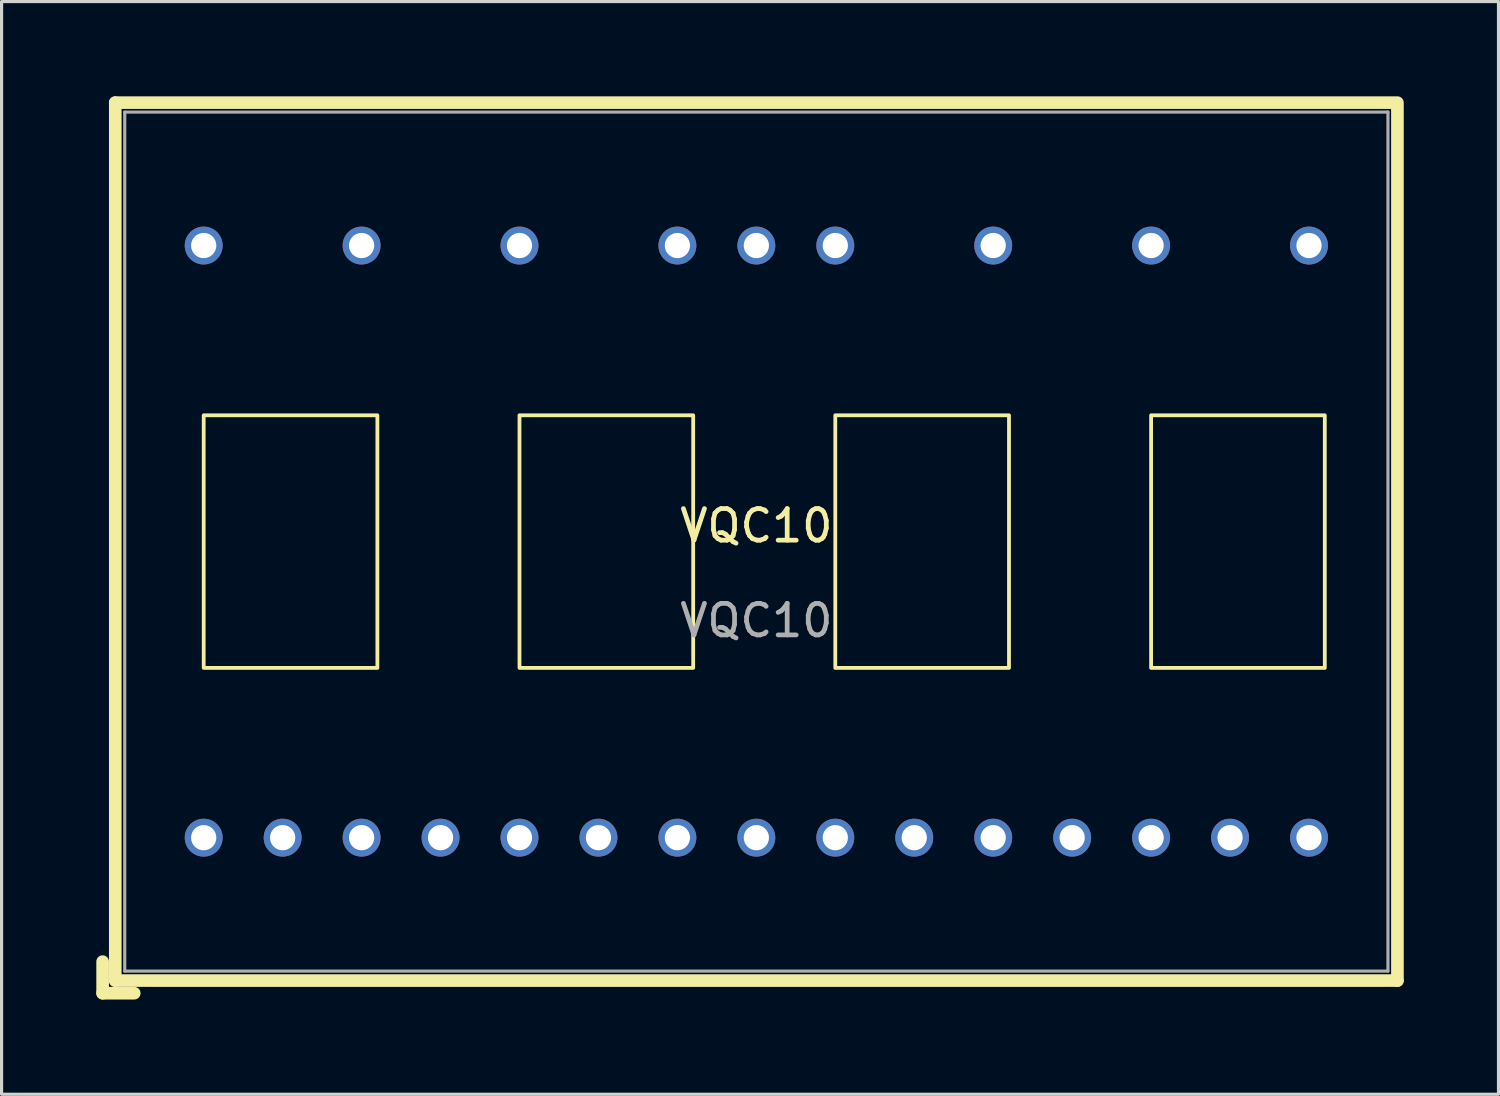
<source format=kicad_pcb>
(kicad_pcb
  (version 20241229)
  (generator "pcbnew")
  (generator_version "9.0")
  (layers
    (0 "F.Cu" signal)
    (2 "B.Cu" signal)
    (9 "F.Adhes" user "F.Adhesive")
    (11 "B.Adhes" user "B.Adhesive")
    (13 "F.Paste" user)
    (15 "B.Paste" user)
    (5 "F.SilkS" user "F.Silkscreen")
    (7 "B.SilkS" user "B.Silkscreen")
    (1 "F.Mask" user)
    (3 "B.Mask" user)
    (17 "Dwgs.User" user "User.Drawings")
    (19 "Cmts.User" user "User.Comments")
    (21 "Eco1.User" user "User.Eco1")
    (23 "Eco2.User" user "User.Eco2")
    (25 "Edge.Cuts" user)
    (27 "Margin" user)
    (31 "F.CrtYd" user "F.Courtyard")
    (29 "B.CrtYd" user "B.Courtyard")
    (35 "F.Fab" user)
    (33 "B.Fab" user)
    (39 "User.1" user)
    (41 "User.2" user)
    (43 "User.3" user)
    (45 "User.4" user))
  (footprint "VQC10"
    (layer "F.Cu")
    (at 20.9 14.1)
    (property "Reference" "VQC10" (at 0 -0.5 0) (unlocked yes) (layer "F.SilkS") (effects (font (size 1 1) (thickness 0.15))))
    (attr smd)
    (fp_line (start -20.7 14.3) (end -20.7 13.3) (stroke (width 0.4) (type solid)) (layer "F.SilkS"))
    (fp_line (start -20.3 -13.9) (end 20.3 -13.9) (stroke (width 0.4) (type solid)) (layer "F.SilkS"))
    (fp_line (start -20.3 13.9) (end -20.3 -13.9) (stroke (width 0.4) (type solid)) (layer "F.SilkS"))
    (fp_line (start -19.7 14.3) (end -20.7 14.3) (stroke (width 0.4) (type solid)) (layer "F.SilkS"))
    (fp_line (start 20.3 13.9) (end -20.3 13.9) (stroke (width 0.4) (type solid)) (layer "F.SilkS"))
    (fp_line (start 20.3 13.9) (end 20.3 -13.8) (stroke (width 0.4) (type solid)) (layer "F.SilkS"))
    (fp_rect (start -17.5 -4) (end -12 4) (stroke (width 0.12) (type solid)) (fill no) (layer "F.SilkS"))
    (fp_rect (start -7.5 -4) (end -2 4) (stroke (width 0.12) (type solid)) (fill no) (layer "F.SilkS"))
    (fp_rect (start 2.5 -4) (end 8 4) (stroke (width 0.12) (type solid)) (fill no) (layer "F.SilkS"))
    (fp_rect (start 12.5 -4) (end 18 4) (stroke (width 0.12) (type solid)) (fill no) (layer "F.SilkS"))
    (fp_line (start -20 -13.6) (end 20 -13.6) (stroke (width 0.1) (type solid)) (layer "F.Fab"))
    (fp_line (start -20 13.6) (end -20 -13.6) (stroke (width 0.1) (type solid)) (layer "F.Fab"))
    (fp_line (start 20 -13.6) (end 20 13.6) (stroke (width 0.1) (type solid)) (layer "F.Fab"))
    (fp_line (start 20 13.6) (end -20 13.6) (stroke (width 0.1) (type solid)) (layer "F.Fab"))
    (fp_text user "${REFERENCE}" (at 0 2.5 0) (unlocked yes) (layer "F.Fab") (effects (font (size 1 1) (thickness 0.15))))
    (pad "1" thru_hole circle (at -17.5 9.375) (size 1.2 1.2) (drill 0.8) (layers "*.Cu" "*.Mask"))
    (pad "2" thru_hole circle (at -15 9.375) (size 1.2 1.2) (drill 0.8) (layers "*.Cu" "*.Mask"))
    (pad "3" thru_hole circle (at -12.5 9.375) (size 1.2 1.2) (drill 0.8) (layers "*.Cu" "*.Mask"))
    (pad "4" thru_hole circle (at -10 9.375) (size 1.2 1.2) (drill 0.8) (layers "*.Cu" "*.Mask"))
    (pad "5" thru_hole circle (at -7.5 9.375) (size 1.2 1.2) (drill 0.8) (layers "*.Cu" "*.Mask"))
    (pad "6" thru_hole circle (at -5 9.375) (size 1.2 1.2) (drill 0.8) (layers "*.Cu" "*.Mask"))
    (pad "7" thru_hole circle (at -2.5 9.375) (size 1.2 1.2) (drill 0.8) (layers "*.Cu" "*.Mask"))
    (pad "8" thru_hole circle (at 0 9.375) (size 1.2 1.2) (drill 0.8) (layers "*.Cu" "*.Mask"))
    (pad "9" thru_hole circle (at 2.5 9.375) (size 1.2 1.2) (drill 0.8) (layers "*.Cu" "*.Mask"))
    (pad "10" thru_hole circle (at 5 9.375) (size 1.2 1.2) (drill 0.8) (layers "*.Cu" "*.Mask"))
    (pad "11" thru_hole circle (at 7.5 9.375) (size 1.2 1.2) (drill 0.8) (layers "*.Cu" "*.Mask"))
    (pad "12" thru_hole circle (at 10 9.375) (size 1.2 1.2) (drill 0.8) (layers "*.Cu" "*.Mask"))
    (pad "13" thru_hole circle (at 12.5 9.375 90) (size 1.2 1.2) (drill 0.8) (layers "*.Cu" "*.Mask"))
    (pad "14" thru_hole circle (at 15 9.375) (size 1.2 1.2) (drill 0.8) (layers "*.Cu" "*.Mask"))
    (pad "15" thru_hole circle (at 17.5 9.375) (size 1.2 1.2) (drill 0.8) (layers "*.Cu" "*.Mask"))
    (pad "16" thru_hole circle (at 17.5 -9.375) (size 1.2 1.2) (drill 0.8) (layers "*.Cu" "*.Mask"))
    (pad "17" thru_hole circle (at 12.5 -9.375 90) (size 1.2 1.2) (drill 0.8) (layers "*.Cu" "*.Mask"))
    (pad "18" thru_hole circle (at 7.5 -9.375) (size 1.2 1.2) (drill 0.8) (layers "*.Cu" "*.Mask"))
    (pad "19" thru_hole circle (at 2.5 -9.375) (size 1.2 1.2) (drill 0.8) (layers "*.Cu" "*.Mask"))
    (pad "20" thru_hole circle (at 0 -9.375) (size 1.2 1.2) (drill 0.8) (layers "*.Cu" "*.Mask"))
    (pad "21" thru_hole circle (at -2.5 -9.375) (size 1.2 1.2) (drill 0.8) (layers "*.Cu" "*.Mask"))
    (pad "22" thru_hole circle (at -7.5 -9.375) (size 1.2 1.2) (drill 0.8) (layers "*.Cu" "*.Mask"))
    (pad "23" thru_hole circle (at -12.5 -9.375) (size 1.2 1.2) (drill 0.8) (layers "*.Cu" "*.Mask"))
    (pad "24" thru_hole circle (at -17.5 -9.375) (size 1.2 1.2) (drill 0.8) (layers "*.Cu" "*.Mask")))
  (gr_rect
    (start -3 -3)
    (end 44.4 31.6)
    (stroke (width 0.1) (type default))
    (fill no)
    (layer "Edge.Cuts")))
</source>
